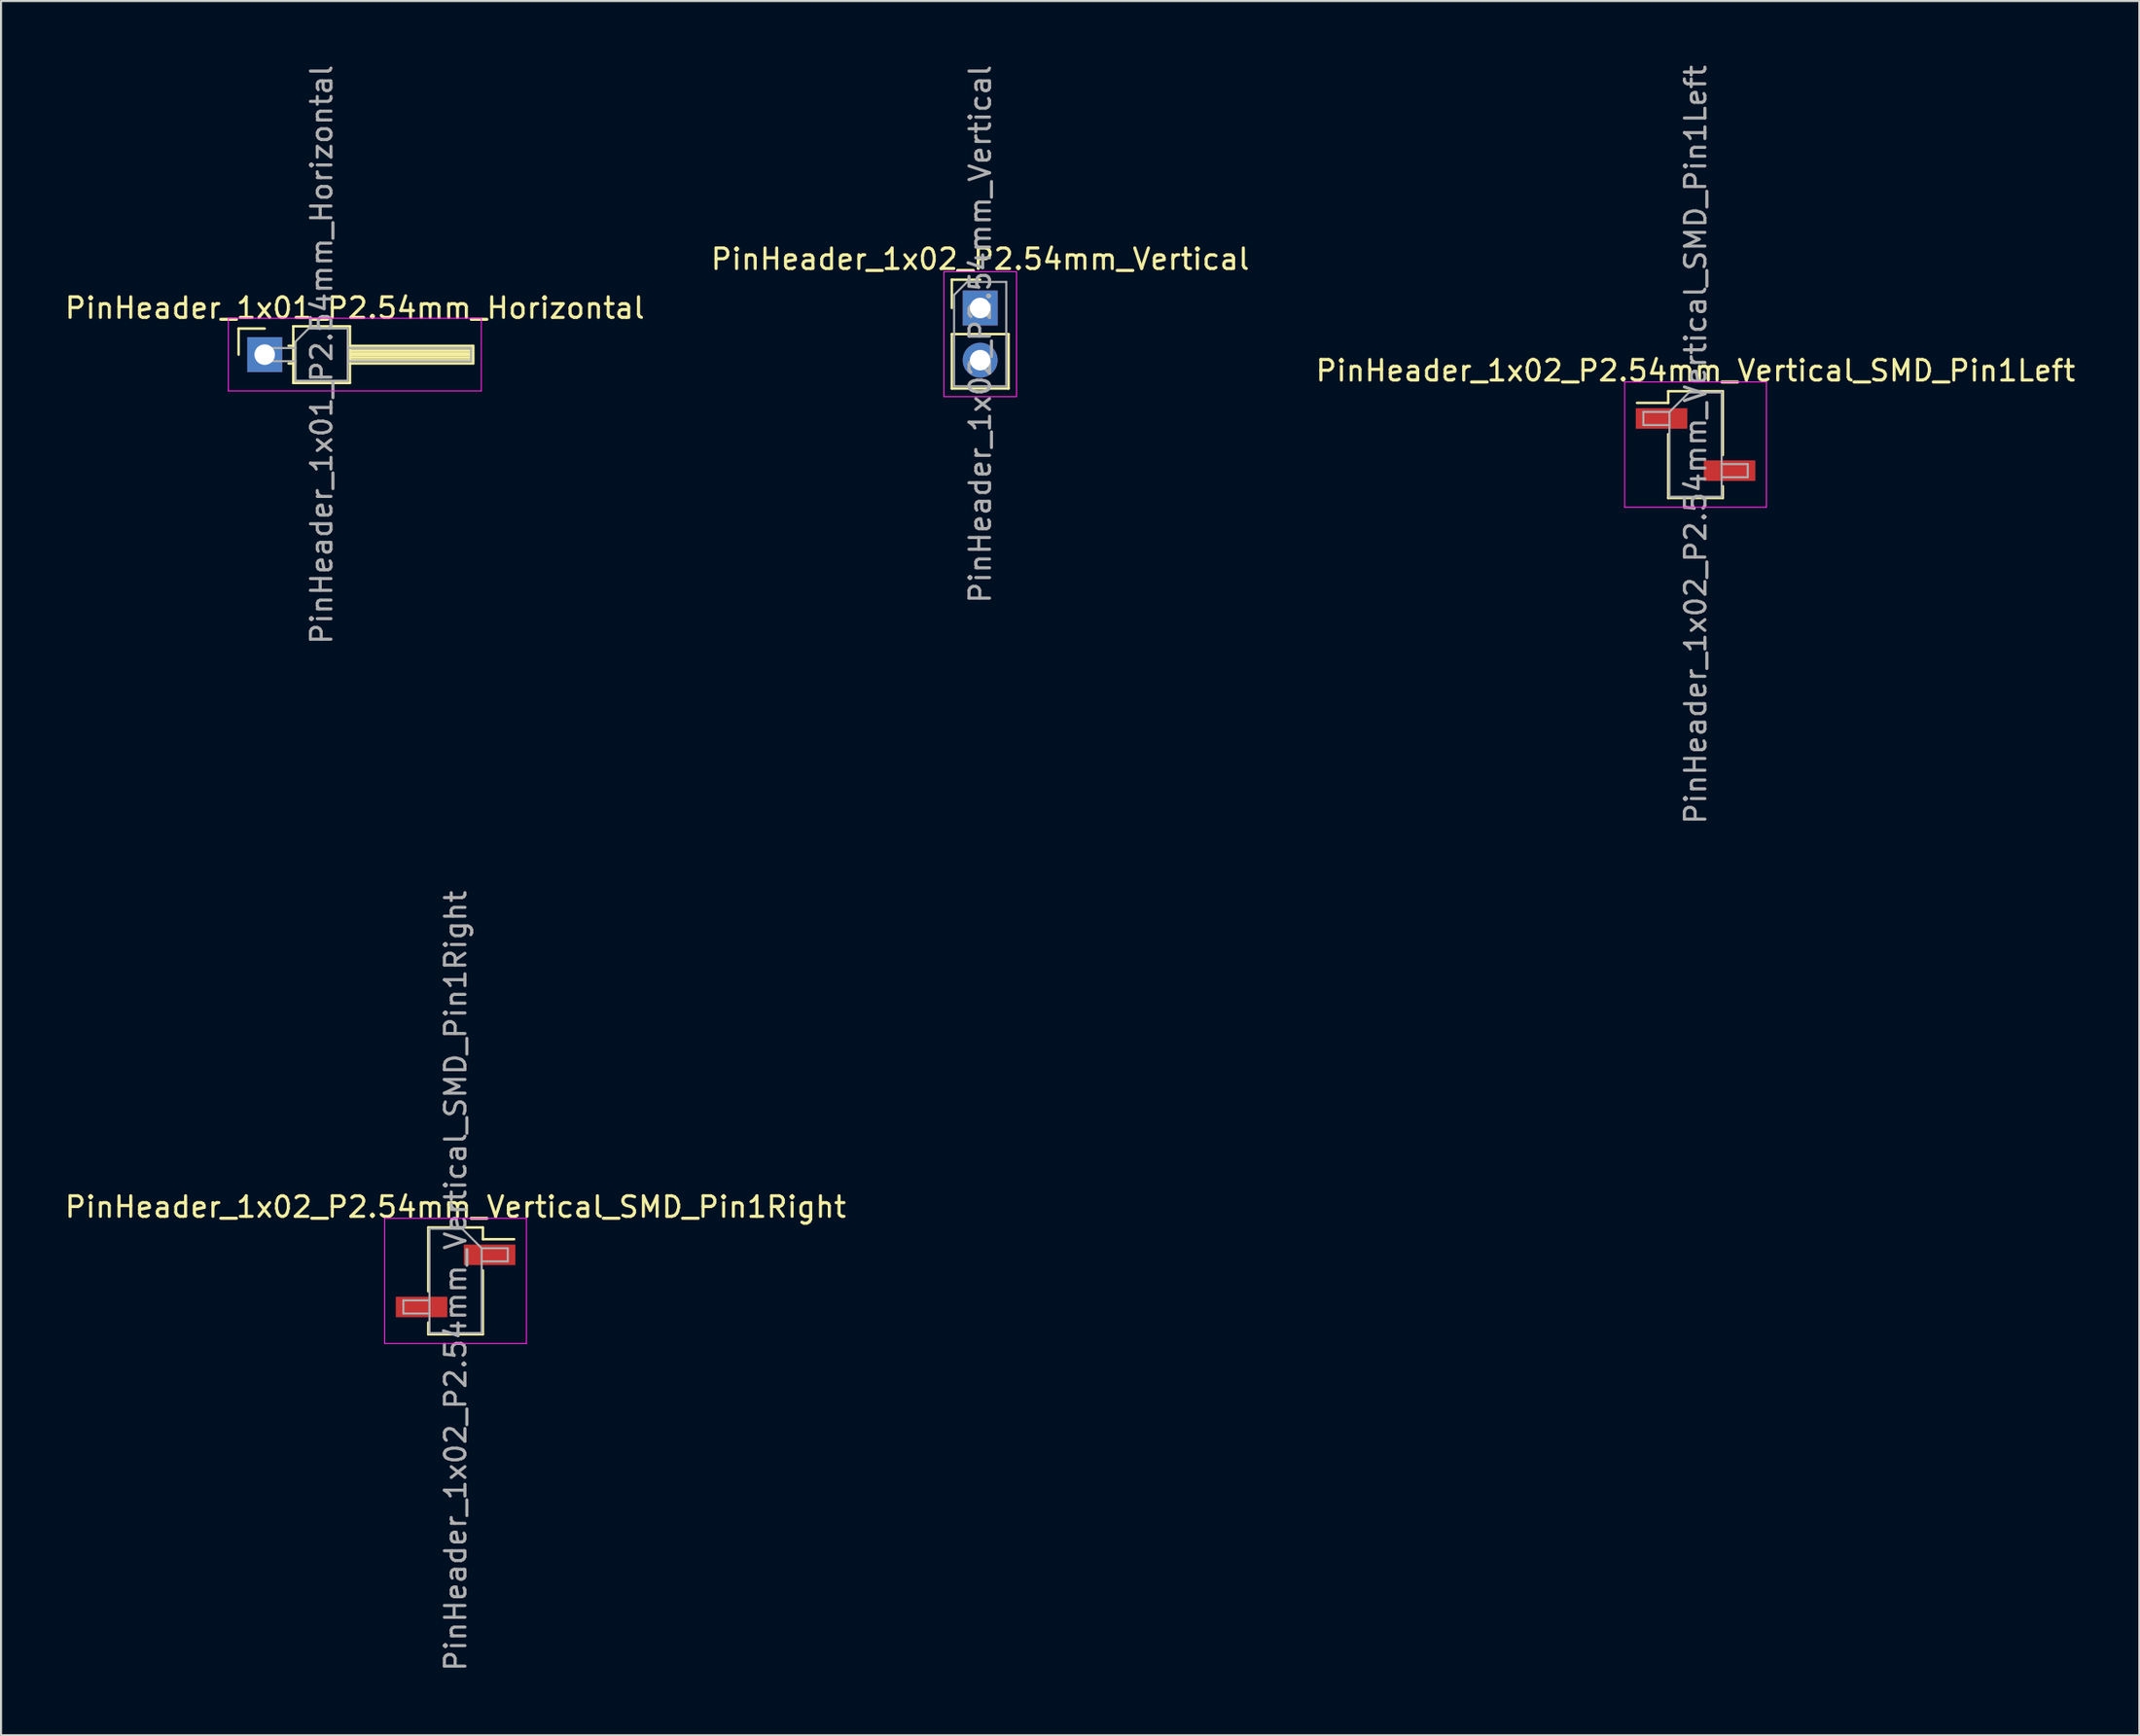
<source format=kicad_pcb>
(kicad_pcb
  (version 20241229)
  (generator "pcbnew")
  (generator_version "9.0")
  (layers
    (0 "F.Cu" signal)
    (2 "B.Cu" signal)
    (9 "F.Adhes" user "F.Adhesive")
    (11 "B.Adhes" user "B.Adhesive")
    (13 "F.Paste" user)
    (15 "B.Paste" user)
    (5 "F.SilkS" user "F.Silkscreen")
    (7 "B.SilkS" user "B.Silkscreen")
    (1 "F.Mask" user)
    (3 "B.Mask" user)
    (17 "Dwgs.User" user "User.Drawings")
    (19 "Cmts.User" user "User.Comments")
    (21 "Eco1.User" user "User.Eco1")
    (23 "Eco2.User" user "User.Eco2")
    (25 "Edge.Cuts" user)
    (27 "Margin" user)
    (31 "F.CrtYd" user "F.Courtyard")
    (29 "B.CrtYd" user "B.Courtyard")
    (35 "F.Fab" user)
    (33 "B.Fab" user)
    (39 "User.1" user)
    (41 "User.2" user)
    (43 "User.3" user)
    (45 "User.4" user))
  (footprint "PinHeader_1x02_P2.54mm_Vertical"
    (layer "F.Cu")
    (at 44.661 11.95)
    (property "Reference" "PinHeader_1x02_P2.54mm_Vertical" (at 0 -2.38 0) (layer "F.SilkS") (effects (font (size 1 1) (thickness 0.15))))
    (attr through_hole)
    (fp_line (start -1.38 -1.38) (end 0 -1.38) (stroke (width 0.12) (type solid)) (layer "F.SilkS"))
    (fp_line (start -1.38 0) (end -1.38 -1.38) (stroke (width 0.12) (type solid)) (layer "F.SilkS"))
    (fp_line (start -1.38 1.27) (end -1.38 3.92) (stroke (width 0.12) (type solid)) (layer "F.SilkS"))
    (fp_line (start -1.38 1.27) (end 1.38 1.27) (stroke (width 0.12) (type solid)) (layer "F.SilkS"))
    (fp_line (start -1.38 3.92) (end 1.38 3.92) (stroke (width 0.12) (type solid)) (layer "F.SilkS"))
    (fp_line (start 1.38 1.27) (end 1.38 3.92) (stroke (width 0.12) (type solid)) (layer "F.SilkS"))
    (fp_rect (start -1.77 -1.77) (end 1.77 4.32) (stroke (width 0.05) (type solid)) (fill no) (layer "F.CrtYd"))
    (fp_line (start -1.27 -0.635) (end -0.635 -1.27) (stroke (width 0.1) (type solid)) (layer "F.Fab"))
    (fp_line (start -1.27 3.81) (end -1.27 -0.635) (stroke (width 0.1) (type solid)) (layer "F.Fab"))
    (fp_line (start -0.635 -1.27) (end 1.27 -1.27) (stroke (width 0.1) (type solid)) (layer "F.Fab"))
    (fp_line (start 1.27 -1.27) (end 1.27 3.81) (stroke (width 0.1) (type solid)) (layer "F.Fab"))
    (fp_line (start 1.27 3.81) (end -1.27 3.81) (stroke (width 0.1) (type solid)) (layer "F.Fab"))
    (fp_text user "${REFERENCE}" (at 0 1.27 90) (layer "F.Fab") (effects (font (size 1 1) (thickness 0.15))))
    (pad "1" thru_hole rect (at 0 0) (size 1.7 1.7) (drill 1) (layers "*.Cu" "*.Mask"))
    (pad "2" thru_hole circle (at 0 2.54) (size 1.7 1.7) (drill 1) (layers "*.Cu" "*.Mask")))
  (footprint "PinHeader_1x02_P2.54mm_Vertical_SMD_Pin1Left"
    (layer "F.Cu")
    (at 79.482 18.601)
    (property "Reference" "PinHeader_1x02_P2.54mm_Vertical_SMD_Pin1Left" (at 0 -3.6 0) (layer "F.SilkS") (effects (font (size 1 1) (thickness 0.15))))
    (attr smd)
    (fp_line (start -1.33 -2.6) (end -1.33 -2.03) (stroke (width 0.12) (type solid)) (layer "F.SilkS"))
    (fp_line (start -1.33 -2.6) (end 1.33 -2.6) (stroke (width 0.12) (type solid)) (layer "F.SilkS"))
    (fp_line (start -1.33 -2.03) (end -2.85 -2.03) (stroke (width 0.12) (type solid)) (layer "F.SilkS"))
    (fp_line (start -1.33 -0.51) (end -1.33 2.6) (stroke (width 0.12) (type solid)) (layer "F.SilkS"))
    (fp_line (start -1.33 2.6) (end 1.33 2.6) (stroke (width 0.12) (type solid)) (layer "F.SilkS"))
    (fp_line (start 1.33 -2.6) (end 1.33 0.51) (stroke (width 0.12) (type solid)) (layer "F.SilkS"))
    (fp_line (start 1.33 2.03) (end 1.33 2.6) (stroke (width 0.12) (type solid)) (layer "F.SilkS"))
    (fp_line (start -3.45 -3.05) (end -3.45 3.05) (stroke (width 0.05) (type solid)) (layer "F.CrtYd"))
    (fp_line (start -3.45 3.05) (end 3.45 3.05) (stroke (width 0.05) (type solid)) (layer "F.CrtYd"))
    (fp_line (start 3.45 -3.05) (end -3.45 -3.05) (stroke (width 0.05) (type solid)) (layer "F.CrtYd"))
    (fp_line (start 3.45 3.05) (end 3.45 -3.05) (stroke (width 0.05) (type solid)) (layer "F.CrtYd"))
    (fp_line (start -2.54 -1.59) (end -2.54 -0.95) (stroke (width 0.1) (type solid)) (layer "F.Fab"))
    (fp_line (start -2.54 -0.95) (end -1.27 -0.95) (stroke (width 0.1) (type solid)) (layer "F.Fab"))
    (fp_line (start -1.27 -1.59) (end -2.54 -1.59) (stroke (width 0.1) (type solid)) (layer "F.Fab"))
    (fp_line (start -1.27 -1.59) (end -0.32 -2.54) (stroke (width 0.1) (type solid)) (layer "F.Fab"))
    (fp_line (start -1.27 2.54) (end -1.27 -1.59) (stroke (width 0.1) (type solid)) (layer "F.Fab"))
    (fp_line (start -0.32 -2.54) (end 1.27 -2.54) (stroke (width 0.1) (type solid)) (layer "F.Fab"))
    (fp_line (start 1.27 -2.54) (end 1.27 2.54) (stroke (width 0.1) (type solid)) (layer "F.Fab"))
    (fp_line (start 1.27 0.95) (end 2.54 0.95) (stroke (width 0.1) (type solid)) (layer "F.Fab"))
    (fp_line (start 1.27 2.54) (end -1.27 2.54) (stroke (width 0.1) (type solid)) (layer "F.Fab"))
    (fp_line (start 2.54 0.95) (end 2.54 1.59) (stroke (width 0.1) (type solid)) (layer "F.Fab"))
    (fp_line (start 2.54 1.59) (end 1.27 1.59) (stroke (width 0.1) (type solid)) (layer "F.Fab"))
    (fp_text user "${REFERENCE}" (at 0 0 90) (layer "F.Fab") (effects (font (size 1 1) (thickness 0.15))))
    (pad "1" smd rect (at -1.655 -1.27) (size 2.51 1) (layers "F.Cu" "F.Mask" "F.Paste"))
    (pad "2" smd rect (at 1.655 1.27) (size 2.51 1) (layers "F.Cu" "F.Mask" "F.Paste")))
  (footprint "PinHeader_1x01_P2.54mm_Horizontal"
    (layer "F.Cu")
    (at 9.835 14.22)
    (property "Reference" "PinHeader_1x01_P2.54mm_Horizontal" (at 4.385 -2.27 0) (layer "F.SilkS") (effects (font (size 1 1) (thickness 0.15))))
    (attr through_hole)
    (fp_line (start -1.27 -1.27) (end 0 -1.27) (stroke (width 0.12) (type solid)) (layer "F.SilkS"))
    (fp_line (start -1.27 0) (end -1.27 -1.27) (stroke (width 0.12) (type solid)) (layer "F.SilkS"))
    (fp_line (start 1.16 -0.43) (end 1.39 -0.43) (stroke (width 0.12) (type solid)) (layer "F.SilkS"))
    (fp_line (start 1.16 0.43) (end 1.39 0.43) (stroke (width 0.12) (type solid)) (layer "F.SilkS"))
    (fp_line (start 1.39 -1.38) (end 1.39 1.38) (stroke (width 0.12) (type solid)) (layer "F.SilkS"))
    (fp_line (start 1.39 1.38) (end 4.15 1.38) (stroke (width 0.12) (type solid)) (layer "F.SilkS"))
    (fp_line (start 4.15 -1.38) (end 1.39 -1.38) (stroke (width 0.12) (type solid)) (layer "F.SilkS"))
    (fp_line (start 4.15 -0.43) (end 10.15 -0.43) (stroke (width 0.12) (type solid)) (layer "F.SilkS"))
    (fp_line (start 4.15 -0.32) (end 10.15 -0.32) (stroke (width 0.12) (type solid)) (layer "F.SilkS"))
    (fp_line (start 4.15 -0.2) (end 10.15 -0.2) (stroke (width 0.12) (type solid)) (layer "F.SilkS"))
    (fp_line (start 4.15 -0.08) (end 10.15 -0.08) (stroke (width 0.12) (type solid)) (layer "F.SilkS"))
    (fp_line (start 4.15 0.04) (end 10.15 0.04) (stroke (width 0.12) (type solid)) (layer "F.SilkS"))
    (fp_line (start 4.15 0.16) (end 10.15 0.16) (stroke (width 0.12) (type solid)) (layer "F.SilkS"))
    (fp_line (start 4.15 0.28) (end 10.15 0.28) (stroke (width 0.12) (type solid)) (layer "F.SilkS"))
    (fp_line (start 4.15 1.38) (end 4.15 -1.38) (stroke (width 0.12) (type solid)) (layer "F.SilkS"))
    (fp_line (start 10.15 -0.43) (end 10.15 0.43) (stroke (width 0.12) (type solid)) (layer "F.SilkS"))
    (fp_line (start 10.15 0.43) (end 4.15 0.43) (stroke (width 0.12) (type solid)) (layer "F.SilkS"))
    (fp_line (start -1.77 -1.77) (end -1.77 1.77) (stroke (width 0.05) (type solid)) (layer "F.CrtYd"))
    (fp_line (start -1.77 1.77) (end 10.54 1.77) (stroke (width 0.05) (type solid)) (layer "F.CrtYd"))
    (fp_line (start 10.54 -1.77) (end -1.77 -1.77) (stroke (width 0.05) (type solid)) (layer "F.CrtYd"))
    (fp_line (start 10.54 1.77) (end 10.54 -1.77) (stroke (width 0.05) (type solid)) (layer "F.CrtYd"))
    (fp_line (start -0.32 -0.32) (end -0.32 0.32) (stroke (width 0.1) (type solid)) (layer "F.Fab"))
    (fp_line (start -0.32 -0.32) (end 1.5 -0.32) (stroke (width 0.1) (type solid)) (layer "F.Fab"))
    (fp_line (start -0.32 0.32) (end 1.5 0.32) (stroke (width 0.1) (type solid)) (layer "F.Fab"))
    (fp_line (start 1.5 -0.635) (end 2.135 -1.27) (stroke (width 0.1) (type solid)) (layer "F.Fab"))
    (fp_line (start 1.5 1.27) (end 1.5 -0.635) (stroke (width 0.1) (type solid)) (layer "F.Fab"))
    (fp_line (start 2.135 -1.27) (end 4.04 -1.27) (stroke (width 0.1) (type solid)) (layer "F.Fab"))
    (fp_line (start 4.04 -1.27) (end 4.04 1.27) (stroke (width 0.1) (type solid)) (layer "F.Fab"))
    (fp_line (start 4.04 -0.32) (end 10.04 -0.32) (stroke (width 0.1) (type solid)) (layer "F.Fab"))
    (fp_line (start 4.04 0.32) (end 10.04 0.32) (stroke (width 0.1) (type solid)) (layer "F.Fab"))
    (fp_line (start 4.04 1.27) (end 1.5 1.27) (stroke (width 0.1) (type solid)) (layer "F.Fab"))
    (fp_line (start 10.04 -0.32) (end 10.04 0.32) (stroke (width 0.1) (type solid)) (layer "F.Fab"))
    (fp_text user "${REFERENCE}" (at 2.77 0 90) (layer "F.Fab") (effects (font (size 1 1) (thickness 0.15))))
    (pad "1" thru_hole rect (at 0 0) (size 1.7 1.7) (drill 1) (layers "*.Cu" "*.Mask")))
  (footprint "PinHeader_1x02_P2.54mm_Vertical_SMD_Pin1Right"
    (layer "F.Cu")
    (at 19.125 59.327)
    (property "Reference" "PinHeader_1x02_P2.54mm_Vertical_SMD_Pin1Right" (at 0 -3.6 0) (layer "F.SilkS") (effects (font (size 1 1) (thickness 0.15))))
    (attr smd)
    (fp_line (start -1.33 -2.6) (end -1.33 0.51) (stroke (width 0.12) (type solid)) (layer "F.SilkS"))
    (fp_line (start -1.33 -2.6) (end 1.33 -2.6) (stroke (width 0.12) (type solid)) (layer "F.SilkS"))
    (fp_line (start -1.33 2.03) (end -1.33 2.6) (stroke (width 0.12) (type solid)) (layer "F.SilkS"))
    (fp_line (start -1.33 2.6) (end 1.33 2.6) (stroke (width 0.12) (type solid)) (layer "F.SilkS"))
    (fp_line (start 1.33 -2.6) (end 1.33 -2.03) (stroke (width 0.12) (type solid)) (layer "F.SilkS"))
    (fp_line (start 1.33 -2.03) (end 2.85 -2.03) (stroke (width 0.12) (type solid)) (layer "F.SilkS"))
    (fp_line (start 1.33 -0.51) (end 1.33 2.6) (stroke (width 0.12) (type solid)) (layer "F.SilkS"))
    (fp_line (start -3.45 -3.05) (end -3.45 3.05) (stroke (width 0.05) (type solid)) (layer "F.CrtYd"))
    (fp_line (start -3.45 3.05) (end 3.45 3.05) (stroke (width 0.05) (type solid)) (layer "F.CrtYd"))
    (fp_line (start 3.45 -3.05) (end -3.45 -3.05) (stroke (width 0.05) (type solid)) (layer "F.CrtYd"))
    (fp_line (start 3.45 3.05) (end 3.45 -3.05) (stroke (width 0.05) (type solid)) (layer "F.CrtYd"))
    (fp_line (start -2.54 0.95) (end -2.54 1.59) (stroke (width 0.1) (type solid)) (layer "F.Fab"))
    (fp_line (start -2.54 1.59) (end -1.27 1.59) (stroke (width 0.1) (type solid)) (layer "F.Fab"))
    (fp_line (start -1.27 -2.54) (end -1.27 2.54) (stroke (width 0.1) (type solid)) (layer "F.Fab"))
    (fp_line (start -1.27 -2.54) (end 0.32 -2.54) (stroke (width 0.1) (type solid)) (layer "F.Fab"))
    (fp_line (start -1.27 0.95) (end -2.54 0.95) (stroke (width 0.1) (type solid)) (layer "F.Fab"))
    (fp_line (start 1.27 -1.59) (end 0.32 -2.54) (stroke (width 0.1) (type solid)) (layer "F.Fab"))
    (fp_line (start 1.27 -1.59) (end 2.54 -1.59) (stroke (width 0.1) (type solid)) (layer "F.Fab"))
    (fp_line (start 1.27 2.54) (end -1.27 2.54) (stroke (width 0.1) (type solid)) (layer "F.Fab"))
    (fp_line (start 1.27 2.54) (end 1.27 -1.59) (stroke (width 0.1) (type solid)) (layer "F.Fab"))
    (fp_line (start 2.54 -1.59) (end 2.54 -0.95) (stroke (width 0.1) (type solid)) (layer "F.Fab"))
    (fp_line (start 2.54 -0.95) (end 1.27 -0.95) (stroke (width 0.1) (type solid)) (layer "F.Fab"))
    (fp_text user "${REFERENCE}" (at 0 0 90) (layer "F.Fab") (effects (font (size 1 1) (thickness 0.15))))
    (pad "1" smd rect (at 1.655 -1.27) (size 2.51 1) (layers "F.Cu" "F.Mask" "F.Paste"))
    (pad "2" smd rect (at -1.655 1.27) (size 2.51 1) (layers "F.Cu" "F.Mask" "F.Paste")))
  (gr_rect
    (start -3 -3)
    (end 101.083 81.452)
    (stroke (width 0.1) (type default))
    (fill no)
    (layer "Edge.Cuts")))
</source>
